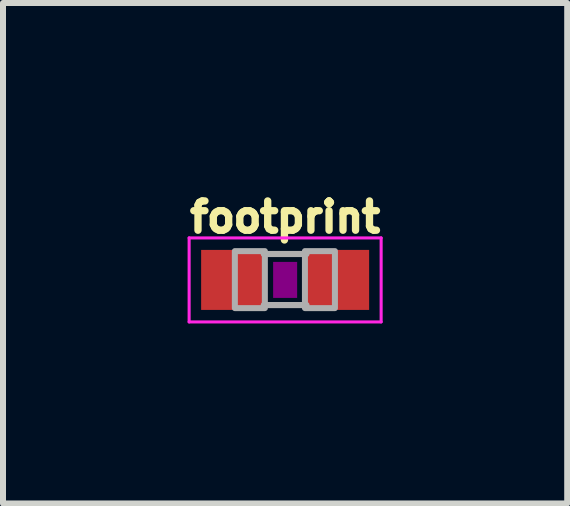
<source format=kicad_pcb>
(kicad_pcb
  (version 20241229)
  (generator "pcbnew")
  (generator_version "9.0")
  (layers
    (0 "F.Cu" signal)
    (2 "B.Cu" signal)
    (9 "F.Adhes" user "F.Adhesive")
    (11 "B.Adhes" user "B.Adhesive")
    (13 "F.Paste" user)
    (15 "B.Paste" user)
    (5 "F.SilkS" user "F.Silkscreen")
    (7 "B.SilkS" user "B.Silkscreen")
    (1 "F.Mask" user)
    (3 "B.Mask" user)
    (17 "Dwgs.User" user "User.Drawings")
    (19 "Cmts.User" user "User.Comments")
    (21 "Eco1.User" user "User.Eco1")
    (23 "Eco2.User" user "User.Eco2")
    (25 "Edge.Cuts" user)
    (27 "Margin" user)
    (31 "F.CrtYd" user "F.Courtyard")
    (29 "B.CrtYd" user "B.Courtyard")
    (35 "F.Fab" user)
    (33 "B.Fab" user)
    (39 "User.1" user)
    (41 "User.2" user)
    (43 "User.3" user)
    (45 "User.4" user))
  (footprint "footprint"
    (layer "F.Cu")
    (at 1.702 1.615)
    (property "Reference" "footprint" (at 0 -0.762 0) (layer "F.SilkS") (effects (font (size 0.488 0.488) (thickness 0.122)) (justify bottom)))
    (fp_poly (pts (xy -0.2 0.3) (xy 0.2 0.3) (xy 0.2 -0.3) (xy -0.2 -0.3)) (stroke (width 0) (type solid)) (fill yes) (layer "F.Adhes"))
    (fp_line (start -1.6 -0.7) (end 1.6 -0.7) (stroke (width 0.051) (type solid)) (layer "F.CrtYd"))
    (fp_line (start -1.6 0.7) (end -1.6 -0.7) (stroke (width 0.051) (type solid)) (layer "F.CrtYd"))
    (fp_line (start 1.6 -0.7) (end 1.6 0.7) (stroke (width 0.051) (type solid)) (layer "F.CrtYd"))
    (fp_line (start 1.6 0.7) (end -1.6 0.7) (stroke (width 0.051) (type solid)) (layer "F.CrtYd"))
    (fp_line (start -0.356 -0.432) (end 0.356 -0.432) (stroke (width 0.102) (type solid)) (layer "F.Fab"))
    (fp_line (start -0.356 0.419) (end 0.356 0.419) (stroke (width 0.102) (type solid)) (layer "F.Fab"))
    (fp_poly (pts (xy -0.838 0.47) (xy -0.338 0.47) (xy -0.338 -0.48) (xy -0.838 -0.48)) (stroke (width 0.1) (type solid)) (fill no) (layer "F.Fab"))
    (fp_poly (pts (xy 0.33 0.47) (xy 0.83 0.47) (xy 0.83 -0.48) (xy 0.33 -0.48)) (stroke (width 0.1) (type solid)) (fill no) (layer "F.Fab"))
    (pad "1" smd rect (at -0.85 0) (size 1.1 1) (layers "F.Cu" "F.Mask"))
    (pad "2" smd rect (at 0.85 0) (size 1.1 1) (layers "F.Cu" "F.Mask")))
  (gr_rect
    (start -3 -3)
    (end 6.403 5.341)
    (stroke (width 0.1) (type default))
    (fill no)
    (layer "Edge.Cuts")))
</source>
